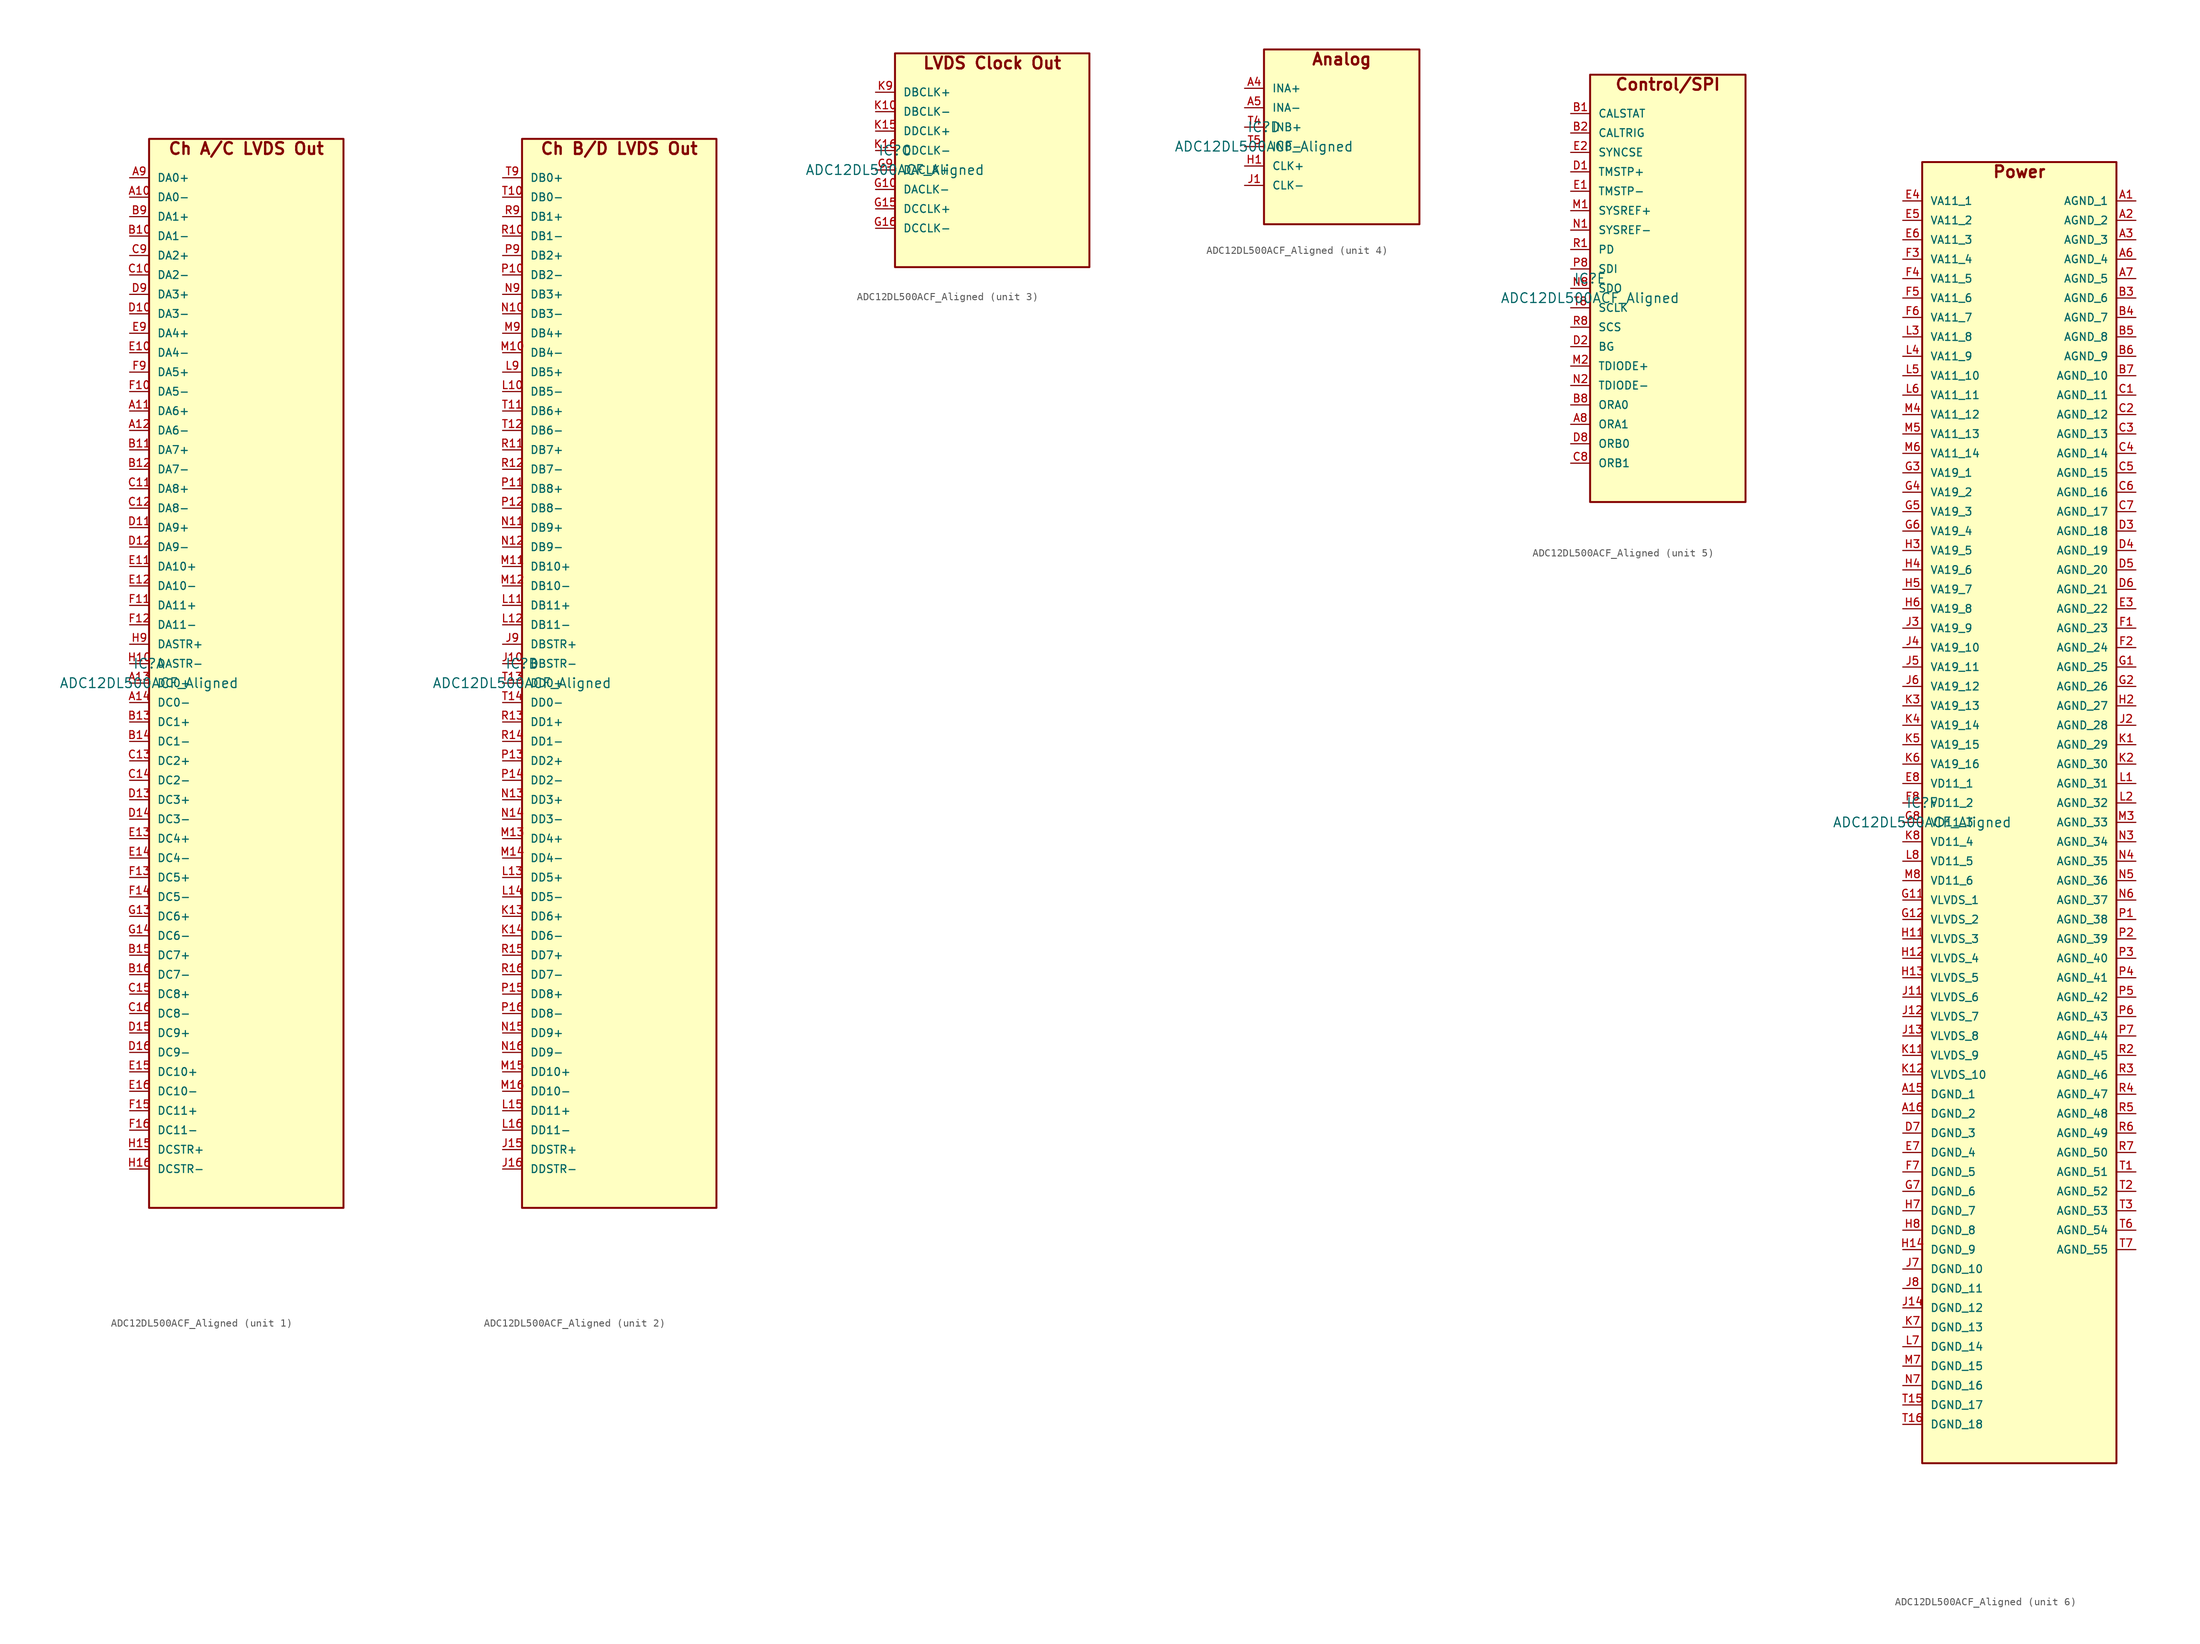
<source format=kicad_sym>
(kicad_symbol_lib
  (version 20231120)
  (generator "kicad_symbol_editor")
  (generator_version "8.0")
  (symbol "ADC12DL500ACF_Aligned"
    (pin_names
      (offset 1.016))
    (property "Reference" "IC"
      (at 0 1.27 0)
      (effects (font (size 1.27 1.27))))
    (property "Value" "ADC12DL500ACF_Aligned"
      (at 0 -1.27 0)
      (effects (font (size 1.27 1.27))))
    (symbol "ADC12DL500ACF_Aligned_1_1"
      (rectangle (start 0 69.85) (end 25.40 -69.85) (stroke (width 0.254) (type default)) (fill (type background)))
      (text "Ch A/C LVDS Out" (at 12.70 68.58 0) (effects (font (size 1.524 1.524) bold)))
      (pin output line (at -2.54 64.77 0) (length 2.54) (name "DA0+" (effects (font (size 1.016 1.016)))) (number "A9" (effects (font (size 1.016 1.016)))))
      (pin output line (at -2.54 62.23 0) (length 2.54) (name "DA0-" (effects (font (size 1.016 1.016)))) (number "A10" (effects (font (size 1.016 1.016)))))
      (pin output line (at -2.54 59.69 0) (length 2.54) (name "DA1+" (effects (font (size 1.016 1.016)))) (number "B9" (effects (font (size 1.016 1.016)))))
      (pin output line (at -2.54 57.15 0) (length 2.54) (name "DA1-" (effects (font (size 1.016 1.016)))) (number "B10" (effects (font (size 1.016 1.016)))))
      (pin output line (at -2.54 54.61 0) (length 2.54) (name "DA2+" (effects (font (size 1.016 1.016)))) (number "C9" (effects (font (size 1.016 1.016)))))
      (pin output line (at -2.54 52.07 0) (length 2.54) (name "DA2-" (effects (font (size 1.016 1.016)))) (number "C10" (effects (font (size 1.016 1.016)))))
      (pin output line (at -2.54 49.53 0) (length 2.54) (name "DA3+" (effects (font (size 1.016 1.016)))) (number "D9" (effects (font (size 1.016 1.016)))))
      (pin output line (at -2.54 46.99 0) (length 2.54) (name "DA3-" (effects (font (size 1.016 1.016)))) (number "D10" (effects (font (size 1.016 1.016)))))
      (pin output line (at -2.54 44.45 0) (length 2.54) (name "DA4+" (effects (font (size 1.016 1.016)))) (number "E9" (effects (font (size 1.016 1.016)))))
      (pin output line (at -2.54 41.91 0) (length 2.54) (name "DA4-" (effects (font (size 1.016 1.016)))) (number "E10" (effects (font (size 1.016 1.016)))))
      (pin output line (at -2.54 39.37 0) (length 2.54) (name "DA5+" (effects (font (size 1.016 1.016)))) (number "F9" (effects (font (size 1.016 1.016)))))
      (pin output line (at -2.54 36.83 0) (length 2.54) (name "DA5-" (effects (font (size 1.016 1.016)))) (number "F10" (effects (font (size 1.016 1.016)))))
      (pin output line (at -2.54 34.29 0) (length 2.54) (name "DA6+" (effects (font (size 1.016 1.016)))) (number "A11" (effects (font (size 1.016 1.016)))))
      (pin output line (at -2.54 31.75 0) (length 2.54) (name "DA6-" (effects (font (size 1.016 1.016)))) (number "A12" (effects (font (size 1.016 1.016)))))
      (pin output line (at -2.54 29.21 0) (length 2.54) (name "DA7+" (effects (font (size 1.016 1.016)))) (number "B11" (effects (font (size 1.016 1.016)))))
      (pin output line (at -2.54 26.67 0) (length 2.54) (name "DA7-" (effects (font (size 1.016 1.016)))) (number "B12" (effects (font (size 1.016 1.016)))))
      (pin output line (at -2.54 24.13 0) (length 2.54) (name "DA8+" (effects (font (size 1.016 1.016)))) (number "C11" (effects (font (size 1.016 1.016)))))
      (pin output line (at -2.54 21.59 0) (length 2.54) (name "DA8-" (effects (font (size 1.016 1.016)))) (number "C12" (effects (font (size 1.016 1.016)))))
      (pin output line (at -2.54 19.05 0) (length 2.54) (name "DA9+" (effects (font (size 1.016 1.016)))) (number "D11" (effects (font (size 1.016 1.016)))))
      (pin output line (at -2.54 16.51 0) (length 2.54) (name "DA9-" (effects (font (size 1.016 1.016)))) (number "D12" (effects (font (size 1.016 1.016)))))
      (pin output line (at -2.54 13.97 0) (length 2.54) (name "DA10+" (effects (font (size 1.016 1.016)))) (number "E11" (effects (font (size 1.016 1.016)))))
      (pin output line (at -2.54 11.43 0) (length 2.54) (name "DA10-" (effects (font (size 1.016 1.016)))) (number "E12" (effects (font (size 1.016 1.016)))))
      (pin output line (at -2.54 8.89 0) (length 2.54) (name "DA11+" (effects (font (size 1.016 1.016)))) (number "F11" (effects (font (size 1.016 1.016)))))
      (pin output line (at -2.54 6.35 0) (length 2.54) (name "DA11-" (effects (font (size 1.016 1.016)))) (number "F12" (effects (font (size 1.016 1.016)))))
      (pin output line (at -2.54 3.81 0) (length 2.54) (name "DASTR+" (effects (font (size 1.016 1.016)))) (number "H9" (effects (font (size 1.016 1.016)))))
      (pin output line (at -2.54 1.27 0) (length 2.54) (name "DASTR-" (effects (font (size 1.016 1.016)))) (number "H10" (effects (font (size 1.016 1.016)))))
      (pin output line (at -2.54 -1.27 0) (length 2.54) (name "DC0+" (effects (font (size 1.016 1.016)))) (number "A13" (effects (font (size 1.016 1.016)))))
      (pin output line (at -2.54 -3.81 0) (length 2.54) (name "DC0-" (effects (font (size 1.016 1.016)))) (number "A14" (effects (font (size 1.016 1.016)))))
      (pin output line (at -2.54 -6.35 0) (length 2.54) (name "DC1+" (effects (font (size 1.016 1.016)))) (number "B13" (effects (font (size 1.016 1.016)))))
      (pin output line (at -2.54 -8.89 0) (length 2.54) (name "DC1-" (effects (font (size 1.016 1.016)))) (number "B14" (effects (font (size 1.016 1.016)))))
      (pin output line (at -2.54 -11.43 0) (length 2.54) (name "DC2+" (effects (font (size 1.016 1.016)))) (number "C13" (effects (font (size 1.016 1.016)))))
      (pin output line (at -2.54 -13.97 0) (length 2.54) (name "DC2-" (effects (font (size 1.016 1.016)))) (number "C14" (effects (font (size 1.016 1.016)))))
      (pin output line (at -2.54 -16.51 0) (length 2.54) (name "DC3+" (effects (font (size 1.016 1.016)))) (number "D13" (effects (font (size 1.016 1.016)))))
      (pin output line (at -2.54 -19.05 0) (length 2.54) (name "DC3-" (effects (font (size 1.016 1.016)))) (number "D14" (effects (font (size 1.016 1.016)))))
      (pin output line (at -2.54 -21.59 0) (length 2.54) (name "DC4+" (effects (font (size 1.016 1.016)))) (number "E13" (effects (font (size 1.016 1.016)))))
      (pin output line (at -2.54 -24.13 0) (length 2.54) (name "DC4-" (effects (font (size 1.016 1.016)))) (number "E14" (effects (font (size 1.016 1.016)))))
      (pin output line (at -2.54 -26.67 0) (length 2.54) (name "DC5+" (effects (font (size 1.016 1.016)))) (number "F13" (effects (font (size 1.016 1.016)))))
      (pin output line (at -2.54 -29.21 0) (length 2.54) (name "DC5-" (effects (font (size 1.016 1.016)))) (number "F14" (effects (font (size 1.016 1.016)))))
      (pin output line (at -2.54 -31.75 0) (length 2.54) (name "DC6+" (effects (font (size 1.016 1.016)))) (number "G13" (effects (font (size 1.016 1.016)))))
      (pin output line (at -2.54 -34.29 0) (length 2.54) (name "DC6-" (effects (font (size 1.016 1.016)))) (number "G14" (effects (font (size 1.016 1.016)))))
      (pin output line (at -2.54 -36.83 0) (length 2.54) (name "DC7+" (effects (font (size 1.016 1.016)))) (number "B15" (effects (font (size 1.016 1.016)))))
      (pin output line (at -2.54 -39.37 0) (length 2.54) (name "DC7-" (effects (font (size 1.016 1.016)))) (number "B16" (effects (font (size 1.016 1.016)))))
      (pin output line (at -2.54 -41.91 0) (length 2.54) (name "DC8+" (effects (font (size 1.016 1.016)))) (number "C15" (effects (font (size 1.016 1.016)))))
      (pin output line (at -2.54 -44.45 0) (length 2.54) (name "DC8-" (effects (font (size 1.016 1.016)))) (number "C16" (effects (font (size 1.016 1.016)))))
      (pin output line (at -2.54 -46.99 0) (length 2.54) (name "DC9+" (effects (font (size 1.016 1.016)))) (number "D15" (effects (font (size 1.016 1.016)))))
      (pin output line (at -2.54 -49.53 0) (length 2.54) (name "DC9-" (effects (font (size 1.016 1.016)))) (number "D16" (effects (font (size 1.016 1.016)))))
      (pin output line (at -2.54 -52.07 0) (length 2.54) (name "DC10+" (effects (font (size 1.016 1.016)))) (number "E15" (effects (font (size 1.016 1.016)))))
      (pin output line (at -2.54 -54.61 0) (length 2.54) (name "DC10-" (effects (font (size 1.016 1.016)))) (number "E16" (effects (font (size 1.016 1.016)))))
      (pin output line (at -2.54 -57.15 0) (length 2.54) (name "DC11+" (effects (font (size 1.016 1.016)))) (number "F15" (effects (font (size 1.016 1.016)))))
      (pin output line (at -2.54 -59.69 0) (length 2.54) (name "DC11-" (effects (font (size 1.016 1.016)))) (number "F16" (effects (font (size 1.016 1.016)))))
      (pin output line (at -2.54 -62.23 0) (length 2.54) (name "DCSTR+" (effects (font (size 1.016 1.016)))) (number "H15" (effects (font (size 1.016 1.016)))))
      (pin output line (at -2.54 -64.77 0) (length 2.54) (name "DCSTR-" (effects (font (size 1.016 1.016)))) (number "H16" (effects (font (size 1.016 1.016))))))
    (symbol "ADC12DL500ACF_Aligned_2_1"
      (rectangle (start 0 69.85) (end 25.40 -69.85) (stroke (width 0.254) (type default)) (fill (type background)))
      (text "Ch B/D LVDS Out" (at 12.70 68.58 0) (effects (font (size 1.524 1.524) bold)))
      (pin output line (at -2.54 64.77 0) (length 2.54) (name "DB0+" (effects (font (size 1.016 1.016)))) (number "T9" (effects (font (size 1.016 1.016)))))
      (pin output line (at -2.54 62.23 0) (length 2.54) (name "DB0-" (effects (font (size 1.016 1.016)))) (number "T10" (effects (font (size 1.016 1.016)))))
      (pin output line (at -2.54 59.69 0) (length 2.54) (name "DB1+" (effects (font (size 1.016 1.016)))) (number "R9" (effects (font (size 1.016 1.016)))))
      (pin output line (at -2.54 57.15 0) (length 2.54) (name "DB1-" (effects (font (size 1.016 1.016)))) (number "R10" (effects (font (size 1.016 1.016)))))
      (pin output line (at -2.54 54.61 0) (length 2.54) (name "DB2+" (effects (font (size 1.016 1.016)))) (number "P9" (effects (font (size 1.016 1.016)))))
      (pin output line (at -2.54 52.07 0) (length 2.54) (name "DB2-" (effects (font (size 1.016 1.016)))) (number "P10" (effects (font (size 1.016 1.016)))))
      (pin output line (at -2.54 49.53 0) (length 2.54) (name "DB3+" (effects (font (size 1.016 1.016)))) (number "N9" (effects (font (size 1.016 1.016)))))
      (pin output line (at -2.54 46.99 0) (length 2.54) (name "DB3-" (effects (font (size 1.016 1.016)))) (number "N10" (effects (font (size 1.016 1.016)))))
      (pin output line (at -2.54 44.45 0) (length 2.54) (name "DB4+" (effects (font (size 1.016 1.016)))) (number "M9" (effects (font (size 1.016 1.016)))))
      (pin output line (at -2.54 41.91 0) (length 2.54) (name "DB4-" (effects (font (size 1.016 1.016)))) (number "M10" (effects (font (size 1.016 1.016)))))
      (pin output line (at -2.54 39.37 0) (length 2.54) (name "DB5+" (effects (font (size 1.016 1.016)))) (number "L9" (effects (font (size 1.016 1.016)))))
      (pin output line (at -2.54 36.83 0) (length 2.54) (name "DB5-" (effects (font (size 1.016 1.016)))) (number "L10" (effects (font (size 1.016 1.016)))))
      (pin output line (at -2.54 34.29 0) (length 2.54) (name "DB6+" (effects (font (size 1.016 1.016)))) (number "T11" (effects (font (size 1.016 1.016)))))
      (pin output line (at -2.54 31.75 0) (length 2.54) (name "DB6-" (effects (font (size 1.016 1.016)))) (number "T12" (effects (font (size 1.016 1.016)))))
      (pin output line (at -2.54 29.21 0) (length 2.54) (name "DB7+" (effects (font (size 1.016 1.016)))) (number "R11" (effects (font (size 1.016 1.016)))))
      (pin output line (at -2.54 26.67 0) (length 2.54) (name "DB7-" (effects (font (size 1.016 1.016)))) (number "R12" (effects (font (size 1.016 1.016)))))
      (pin output line (at -2.54 24.13 0) (length 2.54) (name "DB8+" (effects (font (size 1.016 1.016)))) (number "P11" (effects (font (size 1.016 1.016)))))
      (pin output line (at -2.54 21.59 0) (length 2.54) (name "DB8-" (effects (font (size 1.016 1.016)))) (number "P12" (effects (font (size 1.016 1.016)))))
      (pin output line (at -2.54 19.05 0) (length 2.54) (name "DB9+" (effects (font (size 1.016 1.016)))) (number "N11" (effects (font (size 1.016 1.016)))))
      (pin output line (at -2.54 16.51 0) (length 2.54) (name "DB9-" (effects (font (size 1.016 1.016)))) (number "N12" (effects (font (size 1.016 1.016)))))
      (pin output line (at -2.54 13.97 0) (length 2.54) (name "DB10+" (effects (font (size 1.016 1.016)))) (number "M11" (effects (font (size 1.016 1.016)))))
      (pin output line (at -2.54 11.43 0) (length 2.54) (name "DB10-" (effects (font (size 1.016 1.016)))) (number "M12" (effects (font (size 1.016 1.016)))))
      (pin output line (at -2.54 8.89 0) (length 2.54) (name "DB11+" (effects (font (size 1.016 1.016)))) (number "L11" (effects (font (size 1.016 1.016)))))
      (pin output line (at -2.54 6.35 0) (length 2.54) (name "DB11-" (effects (font (size 1.016 1.016)))) (number "L12" (effects (font (size 1.016 1.016)))))
      (pin output line (at -2.54 3.81 0) (length 2.54) (name "DBSTR+" (effects (font (size 1.016 1.016)))) (number "J9" (effects (font (size 1.016 1.016)))))
      (pin output line (at -2.54 1.27 0) (length 2.54) (name "DBSTR-" (effects (font (size 1.016 1.016)))) (number "J10" (effects (font (size 1.016 1.016)))))
      (pin output line (at -2.54 -1.27 0) (length 2.54) (name "DD0+" (effects (font (size 1.016 1.016)))) (number "T13" (effects (font (size 1.016 1.016)))))
      (pin output line (at -2.54 -3.81 0) (length 2.54) (name "DD0-" (effects (font (size 1.016 1.016)))) (number "T14" (effects (font (size 1.016 1.016)))))
      (pin output line (at -2.54 -6.35 0) (length 2.54) (name "DD1+" (effects (font (size 1.016 1.016)))) (number "R13" (effects (font (size 1.016 1.016)))))
      (pin output line (at -2.54 -8.89 0) (length 2.54) (name "DD1-" (effects (font (size 1.016 1.016)))) (number "R14" (effects (font (size 1.016 1.016)))))
      (pin output line (at -2.54 -11.43 0) (length 2.54) (name "DD2+" (effects (font (size 1.016 1.016)))) (number "P13" (effects (font (size 1.016 1.016)))))
      (pin output line (at -2.54 -13.97 0) (length 2.54) (name "DD2-" (effects (font (size 1.016 1.016)))) (number "P14" (effects (font (size 1.016 1.016)))))
      (pin output line (at -2.54 -16.51 0) (length 2.54) (name "DD3+" (effects (font (size 1.016 1.016)))) (number "N13" (effects (font (size 1.016 1.016)))))
      (pin output line (at -2.54 -19.05 0) (length 2.54) (name "DD3-" (effects (font (size 1.016 1.016)))) (number "N14" (effects (font (size 1.016 1.016)))))
      (pin output line (at -2.54 -21.59 0) (length 2.54) (name "DD4+" (effects (font (size 1.016 1.016)))) (number "M13" (effects (font (size 1.016 1.016)))))
      (pin output line (at -2.54 -24.13 0) (length 2.54) (name "DD4-" (effects (font (size 1.016 1.016)))) (number "M14" (effects (font (size 1.016 1.016)))))
      (pin output line (at -2.54 -26.67 0) (length 2.54) (name "DD5+" (effects (font (size 1.016 1.016)))) (number "L13" (effects (font (size 1.016 1.016)))))
      (pin output line (at -2.54 -29.21 0) (length 2.54) (name "DD5-" (effects (font (size 1.016 1.016)))) (number "L14" (effects (font (size 1.016 1.016)))))
      (pin output line (at -2.54 -31.75 0) (length 2.54) (name "DD6+" (effects (font (size 1.016 1.016)))) (number "K13" (effects (font (size 1.016 1.016)))))
      (pin output line (at -2.54 -34.29 0) (length 2.54) (name "DD6-" (effects (font (size 1.016 1.016)))) (number "K14" (effects (font (size 1.016 1.016)))))
      (pin output line (at -2.54 -36.83 0) (length 2.54) (name "DD7+" (effects (font (size 1.016 1.016)))) (number "R15" (effects (font (size 1.016 1.016)))))
      (pin output line (at -2.54 -39.37 0) (length 2.54) (name "DD7-" (effects (font (size 1.016 1.016)))) (number "R16" (effects (font (size 1.016 1.016)))))
      (pin output line (at -2.54 -41.91 0) (length 2.54) (name "DD8+" (effects (font (size 1.016 1.016)))) (number "P15" (effects (font (size 1.016 1.016)))))
      (pin output line (at -2.54 -44.45 0) (length 2.54) (name "DD8-" (effects (font (size 1.016 1.016)))) (number "P16" (effects (font (size 1.016 1.016)))))
      (pin output line (at -2.54 -46.99 0) (length 2.54) (name "DD9+" (effects (font (size 1.016 1.016)))) (number "N15" (effects (font (size 1.016 1.016)))))
      (pin output line (at -2.54 -49.53 0) (length 2.54) (name "DD9-" (effects (font (size 1.016 1.016)))) (number "N16" (effects (font (size 1.016 1.016)))))
      (pin output line (at -2.54 -52.07 0) (length 2.54) (name "DD10+" (effects (font (size 1.016 1.016)))) (number "M15" (effects (font (size 1.016 1.016)))))
      (pin output line (at -2.54 -54.61 0) (length 2.54) (name "DD10-" (effects (font (size 1.016 1.016)))) (number "M16" (effects (font (size 1.016 1.016)))))
      (pin output line (at -2.54 -57.15 0) (length 2.54) (name "DD11+" (effects (font (size 1.016 1.016)))) (number "L15" (effects (font (size 1.016 1.016)))))
      (pin output line (at -2.54 -59.69 0) (length 2.54) (name "DD11-" (effects (font (size 1.016 1.016)))) (number "L16" (effects (font (size 1.016 1.016)))))
      (pin output line (at -2.54 -62.23 0) (length 2.54) (name "DDSTR+" (effects (font (size 1.016 1.016)))) (number "J15" (effects (font (size 1.016 1.016)))))
      (pin output line (at -2.54 -64.77 0) (length 2.54) (name "DDSTR-" (effects (font (size 1.016 1.016)))) (number "J16" (effects (font (size 1.016 1.016))))))
    (symbol "ADC12DL500ACF_Aligned_3_1"
      (rectangle (start 0 13.97) (end 25.40 -13.97) (stroke (width 0.254) (type default)) (fill (type background)))
      (text "LVDS Clock Out" (at 12.70 12.70 0) (effects (font (size 1.524 1.524) bold)))
      (pin output line (at -2.54 8.89 0) (length 2.54) (name "DBCLK+" (effects (font (size 1.016 1.016)))) (number "K9" (effects (font (size 1.016 1.016)))))
      (pin output line (at -2.54 6.35 0) (length 2.54) (name "DBCLK-" (effects (font (size 1.016 1.016)))) (number "K10" (effects (font (size 1.016 1.016)))))
      (pin output line (at -2.54 3.81 0) (length 2.54) (name "DDCLK+" (effects (font (size 1.016 1.016)))) (number "K15" (effects (font (size 1.016 1.016)))))
      (pin output line (at -2.54 1.27 0) (length 2.54) (name "DDCLK-" (effects (font (size 1.016 1.016)))) (number "K16" (effects (font (size 1.016 1.016)))))
      (pin output line (at -2.54 -1.27 0) (length 2.54) (name "DACLK+" (effects (font (size 1.016 1.016)))) (number "G9" (effects (font (size 1.016 1.016)))))
      (pin output line (at -2.54 -3.81 0) (length 2.54) (name "DACLK-" (effects (font (size 1.016 1.016)))) (number "G10" (effects (font (size 1.016 1.016)))))
      (pin output line (at -2.54 -6.35 0) (length 2.54) (name "DCCLK+" (effects (font (size 1.016 1.016)))) (number "G15" (effects (font (size 1.016 1.016)))))
      (pin output line (at -2.54 -8.89 0) (length 2.54) (name "DCCLK-" (effects (font (size 1.016 1.016)))) (number "G16" (effects (font (size 1.016 1.016))))))
    (symbol "ADC12DL500ACF_Aligned_4_1"
      (rectangle (start 0 11.43) (end 20.32 -11.43) (stroke (width 0.254) (type default)) (fill (type background)))
      (text "Analog" (at 10.16 10.16 0) (effects (font (size 1.524 1.524) bold)))
      (pin input line (at -2.54 6.35 0) (length 2.54) (name "INA+" (effects (font (size 1.016 1.016)))) (number "A4" (effects (font (size 1.016 1.016)))))
      (pin input line (at -2.54 3.81 0) (length 2.54) (name "INA-" (effects (font (size 1.016 1.016)))) (number "A5" (effects (font (size 1.016 1.016)))))
      (pin input line (at -2.54 1.27 0) (length 2.54) (name "INB+" (effects (font (size 1.016 1.016)))) (number "T4" (effects (font (size 1.016 1.016)))))
      (pin input line (at -2.54 -1.27 0) (length 2.54) (name "INB-" (effects (font (size 1.016 1.016)))) (number "T5" (effects (font (size 1.016 1.016)))))
      (pin input line (at -2.54 -3.81 0) (length 2.54) (name "CLK+" (effects (font (size 1.016 1.016)))) (number "H1" (effects (font (size 1.016 1.016)))))
      (pin input line (at -2.54 -6.35 0) (length 2.54) (name "CLK-" (effects (font (size 1.016 1.016)))) (number "J1" (effects (font (size 1.016 1.016))))))
    (symbol "ADC12DL500ACF_Aligned_5_1"
      (rectangle (start 0 27.94) (end 20.32 -27.94) (stroke (width 0.254) (type default)) (fill (type background)))
      (text "Control/SPI" (at 10.16 26.67 0) (effects (font (size 1.524 1.524) bold)))
      (pin output line (at -2.54 22.86 0) (length 2.54) (name "CALSTAT" (effects (font (size 1.016 1.016)))) (number "B1" (effects (font (size 1.016 1.016)))))
      (pin input line (at -2.54 20.32 0) (length 2.54) (name "CALTRIG" (effects (font (size 1.016 1.016)))) (number "B2" (effects (font (size 1.016 1.016)))))
      (pin input line (at -2.54 17.78 0) (length 2.54) (name "SYNCSE" (effects (font (size 1.016 1.016)))) (number "E2" (effects (font (size 1.016 1.016)))))
      (pin input line (at -2.54 15.24 0) (length 2.54) (name "TMSTP+" (effects (font (size 1.016 1.016)))) (number "D1" (effects (font (size 1.016 1.016)))))
      (pin input line (at -2.54 12.70 0) (length 2.54) (name "TMSTP-" (effects (font (size 1.016 1.016)))) (number "E1" (effects (font (size 1.016 1.016)))))
      (pin input line (at -2.54 10.16 0) (length 2.54) (name "SYSREF+" (effects (font (size 1.016 1.016)))) (number "M1" (effects (font (size 1.016 1.016)))))
      (pin input line (at -2.54 7.62 0) (length 2.54) (name "SYSREF-" (effects (font (size 1.016 1.016)))) (number "N1" (effects (font (size 1.016 1.016)))))
      (pin input line (at -2.54 5.08 0) (length 2.54) (name "PD" (effects (font (size 1.016 1.016)))) (number "R1" (effects (font (size 1.016 1.016)))))
      (pin input line (at -2.54 2.54 0) (length 2.54) (name "SDI" (effects (font (size 1.016 1.016)))) (number "P8" (effects (font (size 1.016 1.016)))))
      (pin output line (at -2.54 0.00 0) (length 2.54) (name "SDO" (effects (font (size 1.016 1.016)))) (number "N8" (effects (font (size 1.016 1.016)))))
      (pin input line (at -2.54 -2.54 0) (length 2.54) (name "SCLK" (effects (font (size 1.016 1.016)))) (number "T8" (effects (font (size 1.016 1.016)))))
      (pin input line (at -2.54 -5.08 0) (length 2.54) (name "SCS" (effects (font (size 1.016 1.016)))) (number "R8" (effects (font (size 1.016 1.016)))))
      (pin passive line (at -2.54 -7.62 0) (length 2.54) (name "BG" (effects (font (size 1.016 1.016)))) (number "D2" (effects (font (size 1.016 1.016)))))
      (pin passive line (at -2.54 -10.16 0) (length 2.54) (name "TDIODE+" (effects (font (size 1.016 1.016)))) (number "M2" (effects (font (size 1.016 1.016)))))
      (pin passive line (at -2.54 -12.70 0) (length 2.54) (name "TDIODE-" (effects (font (size 1.016 1.016)))) (number "N2" (effects (font (size 1.016 1.016)))))
      (pin output line (at -2.54 -15.24 0) (length 2.54) (name "ORA0" (effects (font (size 1.016 1.016)))) (number "B8" (effects (font (size 1.016 1.016)))))
      (pin output line (at -2.54 -17.78 0) (length 2.54) (name "ORA1" (effects (font (size 1.016 1.016)))) (number "A8" (effects (font (size 1.016 1.016)))))
      (pin output line (at -2.54 -20.32 0) (length 2.54) (name "ORB0" (effects (font (size 1.016 1.016)))) (number "D8" (effects (font (size 1.016 1.016)))))
      (pin output line (at -2.54 -22.86 0) (length 2.54) (name "ORB1" (effects (font (size 1.016 1.016)))) (number "C8" (effects (font (size 1.016 1.016))))))
    (symbol "ADC12DL500ACF_Aligned_6_1"
      (rectangle (start 0 85.09) (end 25.40 -85.09) (stroke (width 0.254) (type default)) (fill (type background)))
      (text "Power" (at 12.70 83.82 0) (effects (font (size 1.524 1.524) bold)))
      (pin power_in line (at -2.54 80.01 0) (length 2.54) (name "VA11_1" (effects (font (size 1.016 1.016)))) (number "E4" (effects (font (size 1.016 1.016)))))
      (pin power_in line (at -2.54 77.47 0) (length 2.54) (name "VA11_2" (effects (font (size 1.016 1.016)))) (number "E5" (effects (font (size 1.016 1.016)))))
      (pin power_in line (at -2.54 74.93 0) (length 2.54) (name "VA11_3" (effects (font (size 1.016 1.016)))) (number "E6" (effects (font (size 1.016 1.016)))))
      (pin power_in line (at -2.54 72.39 0) (length 2.54) (name "VA11_4" (effects (font (size 1.016 1.016)))) (number "F3" (effects (font (size 1.016 1.016)))))
      (pin power_in line (at -2.54 69.85 0) (length 2.54) (name "VA11_5" (effects (font (size 1.016 1.016)))) (number "F4" (effects (font (size 1.016 1.016)))))
      (pin power_in line (at -2.54 67.31 0) (length 2.54) (name "VA11_6" (effects (font (size 1.016 1.016)))) (number "F5" (effects (font (size 1.016 1.016)))))
      (pin power_in line (at -2.54 64.77 0) (length 2.54) (name "VA11_7" (effects (font (size 1.016 1.016)))) (number "F6" (effects (font (size 1.016 1.016)))))
      (pin power_in line (at -2.54 62.23 0) (length 2.54) (name "VA11_8" (effects (font (size 1.016 1.016)))) (number "L3" (effects (font (size 1.016 1.016)))))
      (pin power_in line (at -2.54 59.69 0) (length 2.54) (name "VA11_9" (effects (font (size 1.016 1.016)))) (number "L4" (effects (font (size 1.016 1.016)))))
      (pin power_in line (at -2.54 57.15 0) (length 2.54) (name "VA11_10" (effects (font (size 1.016 1.016)))) (number "L5" (effects (font (size 1.016 1.016)))))
      (pin power_in line (at -2.54 54.61 0) (length 2.54) (name "VA11_11" (effects (font (size 1.016 1.016)))) (number "L6" (effects (font (size 1.016 1.016)))))
      (pin power_in line (at -2.54 52.07 0) (length 2.54) (name "VA11_12" (effects (font (size 1.016 1.016)))) (number "M4" (effects (font (size 1.016 1.016)))))
      (pin power_in line (at -2.54 49.53 0) (length 2.54) (name "VA11_13" (effects (font (size 1.016 1.016)))) (number "M5" (effects (font (size 1.016 1.016)))))
      (pin power_in line (at -2.54 46.99 0) (length 2.54) (name "VA11_14" (effects (font (size 1.016 1.016)))) (number "M6" (effects (font (size 1.016 1.016)))))
      (pin power_in line (at -2.54 44.45 0) (length 2.54) (name "VA19_1" (effects (font (size 1.016 1.016)))) (number "G3" (effects (font (size 1.016 1.016)))))
      (pin power_in line (at -2.54 41.91 0) (length 2.54) (name "VA19_2" (effects (font (size 1.016 1.016)))) (number "G4" (effects (font (size 1.016 1.016)))))
      (pin power_in line (at -2.54 39.37 0) (length 2.54) (name "VA19_3" (effects (font (size 1.016 1.016)))) (number "G5" (effects (font (size 1.016 1.016)))))
      (pin power_in line (at -2.54 36.83 0) (length 2.54) (name "VA19_4" (effects (font (size 1.016 1.016)))) (number "G6" (effects (font (size 1.016 1.016)))))
      (pin power_in line (at -2.54 34.29 0) (length 2.54) (name "VA19_5" (effects (font (size 1.016 1.016)))) (number "H3" (effects (font (size 1.016 1.016)))))
      (pin power_in line (at -2.54 31.75 0) (length 2.54) (name "VA19_6" (effects (font (size 1.016 1.016)))) (number "H4" (effects (font (size 1.016 1.016)))))
      (pin power_in line (at -2.54 29.21 0) (length 2.54) (name "VA19_7" (effects (font (size 1.016 1.016)))) (number "H5" (effects (font (size 1.016 1.016)))))
      (pin power_in line (at -2.54 26.67 0) (length 2.54) (name "VA19_8" (effects (font (size 1.016 1.016)))) (number "H6" (effects (font (size 1.016 1.016)))))
      (pin power_in line (at -2.54 24.13 0) (length 2.54) (name "VA19_9" (effects (font (size 1.016 1.016)))) (number "J3" (effects (font (size 1.016 1.016)))))
      (pin power_in line (at -2.54 21.59 0) (length 2.54) (name "VA19_10" (effects (font (size 1.016 1.016)))) (number "J4" (effects (font (size 1.016 1.016)))))
      (pin power_in line (at -2.54 19.05 0) (length 2.54) (name "VA19_11" (effects (font (size 1.016 1.016)))) (number "J5" (effects (font (size 1.016 1.016)))))
      (pin power_in line (at -2.54 16.51 0) (length 2.54) (name "VA19_12" (effects (font (size 1.016 1.016)))) (number "J6" (effects (font (size 1.016 1.016)))))
      (pin power_in line (at -2.54 13.97 0) (length 2.54) (name "VA19_13" (effects (font (size 1.016 1.016)))) (number "K3" (effects (font (size 1.016 1.016)))))
      (pin power_in line (at -2.54 11.43 0) (length 2.54) (name "VA19_14" (effects (font (size 1.016 1.016)))) (number "K4" (effects (font (size 1.016 1.016)))))
      (pin power_in line (at -2.54 8.89 0) (length 2.54) (name "VA19_15" (effects (font (size 1.016 1.016)))) (number "K5" (effects (font (size 1.016 1.016)))))
      (pin power_in line (at -2.54 6.35 0) (length 2.54) (name "VA19_16" (effects (font (size 1.016 1.016)))) (number "K6" (effects (font (size 1.016 1.016)))))
      (pin power_in line (at -2.54 3.81 0) (length 2.54) (name "VD11_1" (effects (font (size 1.016 1.016)))) (number "E8" (effects (font (size 1.016 1.016)))))
      (pin power_in line (at -2.54 1.27 0) (length 2.54) (name "VD11_2" (effects (font (size 1.016 1.016)))) (number "F8" (effects (font (size 1.016 1.016)))))
      (pin power_in line (at -2.54 -1.27 0) (length 2.54) (name "VD11_3" (effects (font (size 1.016 1.016)))) (number "G8" (effects (font (size 1.016 1.016)))))
      (pin power_in line (at -2.54 -3.81 0) (length 2.54) (name "VD11_4" (effects (font (size 1.016 1.016)))) (number "K8" (effects (font (size 1.016 1.016)))))
      (pin power_in line (at -2.54 -6.35 0) (length 2.54) (name "VD11_5" (effects (font (size 1.016 1.016)))) (number "L8" (effects (font (size 1.016 1.016)))))
      (pin power_in line (at -2.54 -8.89 0) (length 2.54) (name "VD11_6" (effects (font (size 1.016 1.016)))) (number "M8" (effects (font (size 1.016 1.016)))))
      (pin power_in line (at -2.54 -11.43 0) (length 2.54) (name "VLVDS_1" (effects (font (size 1.016 1.016)))) (number "G11" (effects (font (size 1.016 1.016)))))
      (pin power_in line (at -2.54 -13.97 0) (length 2.54) (name "VLVDS_2" (effects (font (size 1.016 1.016)))) (number "G12" (effects (font (size 1.016 1.016)))))
      (pin power_in line (at -2.54 -16.51 0) (length 2.54) (name "VLVDS_3" (effects (font (size 1.016 1.016)))) (number "H11" (effects (font (size 1.016 1.016)))))
      (pin power_in line (at -2.54 -19.05 0) (length 2.54) (name "VLVDS_4" (effects (font (size 1.016 1.016)))) (number "H12" (effects (font (size 1.016 1.016)))))
      (pin power_in line (at -2.54 -21.59 0) (length 2.54) (name "VLVDS_5" (effects (font (size 1.016 1.016)))) (number "H13" (effects (font (size 1.016 1.016)))))
      (pin power_in line (at -2.54 -24.13 0) (length 2.54) (name "VLVDS_6" (effects (font (size 1.016 1.016)))) (number "J11" (effects (font (size 1.016 1.016)))))
      (pin power_in line (at -2.54 -26.67 0) (length 2.54) (name "VLVDS_7" (effects (font (size 1.016 1.016)))) (number "J12" (effects (font (size 1.016 1.016)))))
      (pin power_in line (at -2.54 -29.21 0) (length 2.54) (name "VLVDS_8" (effects (font (size 1.016 1.016)))) (number "J13" (effects (font (size 1.016 1.016)))))
      (pin power_in line (at -2.54 -31.75 0) (length 2.54) (name "VLVDS_9" (effects (font (size 1.016 1.016)))) (number "K11" (effects (font (size 1.016 1.016)))))
      (pin power_in line (at -2.54 -34.29 0) (length 2.54) (name "VLVDS_10" (effects (font (size 1.016 1.016)))) (number "K12" (effects (font (size 1.016 1.016)))))
      (pin power_in line (at -2.54 -36.83 0) (length 2.54) (name "DGND_1" (effects (font (size 1.016 1.016)))) (number "A15" (effects (font (size 1.016 1.016)))))
      (pin power_in line (at -2.54 -39.37 0) (length 2.54) (name "DGND_2" (effects (font (size 1.016 1.016)))) (number "A16" (effects (font (size 1.016 1.016)))))
      (pin power_in line (at -2.54 -41.91 0) (length 2.54) (name "DGND_3" (effects (font (size 1.016 1.016)))) (number "D7" (effects (font (size 1.016 1.016)))))
      (pin power_in line (at -2.54 -44.45 0) (length 2.54) (name "DGND_4" (effects (font (size 1.016 1.016)))) (number "E7" (effects (font (size 1.016 1.016)))))
      (pin power_in line (at -2.54 -46.99 0) (length 2.54) (name "DGND_5" (effects (font (size 1.016 1.016)))) (number "F7" (effects (font (size 1.016 1.016)))))
      (pin power_in line (at -2.54 -49.53 0) (length 2.54) (name "DGND_6" (effects (font (size 1.016 1.016)))) (number "G7" (effects (font (size 1.016 1.016)))))
      (pin power_in line (at -2.54 -52.07 0) (length 2.54) (name "DGND_7" (effects (font (size 1.016 1.016)))) (number "H7" (effects (font (size 1.016 1.016)))))
      (pin power_in line (at -2.54 -54.61 0) (length 2.54) (name "DGND_8" (effects (font (size 1.016 1.016)))) (number "H8" (effects (font (size 1.016 1.016)))))
      (pin power_in line (at -2.54 -57.15 0) (length 2.54) (name "DGND_9" (effects (font (size 1.016 1.016)))) (number "H14" (effects (font (size 1.016 1.016)))))
      (pin power_in line (at -2.54 -59.69 0) (length 2.54) (name "DGND_10" (effects (font (size 1.016 1.016)))) (number "J7" (effects (font (size 1.016 1.016)))))
      (pin power_in line (at -2.54 -62.23 0) (length 2.54) (name "DGND_11" (effects (font (size 1.016 1.016)))) (number "J8" (effects (font (size 1.016 1.016)))))
      (pin power_in line (at -2.54 -64.77 0) (length 2.54) (name "DGND_12" (effects (font (size 1.016 1.016)))) (number "J14" (effects (font (size 1.016 1.016)))))
      (pin power_in line (at -2.54 -67.31 0) (length 2.54) (name "DGND_13" (effects (font (size 1.016 1.016)))) (number "K7" (effects (font (size 1.016 1.016)))))
      (pin power_in line (at -2.54 -69.85 0) (length 2.54) (name "DGND_14" (effects (font (size 1.016 1.016)))) (number "L7" (effects (font (size 1.016 1.016)))))
      (pin power_in line (at -2.54 -72.39 0) (length 2.54) (name "DGND_15" (effects (font (size 1.016 1.016)))) (number "M7" (effects (font (size 1.016 1.016)))))
      (pin power_in line (at -2.54 -74.93 0) (length 2.54) (name "DGND_16" (effects (font (size 1.016 1.016)))) (number "N7" (effects (font (size 1.016 1.016)))))
      (pin power_in line (at -2.54 -77.47 0) (length 2.54) (name "DGND_17" (effects (font (size 1.016 1.016)))) (number "T15" (effects (font (size 1.016 1.016)))))
      (pin power_in line (at -2.54 -80.01 0) (length 2.54) (name "DGND_18" (effects (font (size 1.016 1.016)))) (number "T16" (effects (font (size 1.016 1.016)))))
      (pin power_in line (at 27.94 80.01 180) (length 2.54) (name "AGND_1" (effects (font (size 1.016 1.016)))) (number "A1" (effects (font (size 1.016 1.016)))))
      (pin power_in line (at 27.94 77.47 180) (length 2.54) (name "AGND_2" (effects (font (size 1.016 1.016)))) (number "A2" (effects (font (size 1.016 1.016)))))
      (pin power_in line (at 27.94 74.93 180) (length 2.54) (name "AGND_3" (effects (font (size 1.016 1.016)))) (number "A3" (effects (font (size 1.016 1.016)))))
      (pin power_in line (at 27.94 72.39 180) (length 2.54) (name "AGND_4" (effects (font (size 1.016 1.016)))) (number "A6" (effects (font (size 1.016 1.016)))))
      (pin power_in line (at 27.94 69.85 180) (length 2.54) (name "AGND_5" (effects (font (size 1.016 1.016)))) (number "A7" (effects (font (size 1.016 1.016)))))
      (pin power_in line (at 27.94 67.31 180) (length 2.54) (name "AGND_6" (effects (font (size 1.016 1.016)))) (number "B3" (effects (font (size 1.016 1.016)))))
      (pin power_in line (at 27.94 64.77 180) (length 2.54) (name "AGND_7" (effects (font (size 1.016 1.016)))) (number "B4" (effects (font (size 1.016 1.016)))))
      (pin power_in line (at 27.94 62.23 180) (length 2.54) (name "AGND_8" (effects (font (size 1.016 1.016)))) (number "B5" (effects (font (size 1.016 1.016)))))
      (pin power_in line (at 27.94 59.69 180) (length 2.54) (name "AGND_9" (effects (font (size 1.016 1.016)))) (number "B6" (effects (font (size 1.016 1.016)))))
      (pin power_in line (at 27.94 57.15 180) (length 2.54) (name "AGND_10" (effects (font (size 1.016 1.016)))) (number "B7" (effects (font (size 1.016 1.016)))))
      (pin power_in line (at 27.94 54.61 180) (length 2.54) (name "AGND_11" (effects (font (size 1.016 1.016)))) (number "C1" (effects (font (size 1.016 1.016)))))
      (pin power_in line (at 27.94 52.07 180) (length 2.54) (name "AGND_12" (effects (font (size 1.016 1.016)))) (number "C2" (effects (font (size 1.016 1.016)))))
      (pin power_in line (at 27.94 49.53 180) (length 2.54) (name "AGND_13" (effects (font (size 1.016 1.016)))) (number "C3" (effects (font (size 1.016 1.016)))))
      (pin power_in line (at 27.94 46.99 180) (length 2.54) (name "AGND_14" (effects (font (size 1.016 1.016)))) (number "C4" (effects (font (size 1.016 1.016)))))
      (pin power_in line (at 27.94 44.45 180) (length 2.54) (name "AGND_15" (effects (font (size 1.016 1.016)))) (number "C5" (effects (font (size 1.016 1.016)))))
      (pin power_in line (at 27.94 41.91 180) (length 2.54) (name "AGND_16" (effects (font (size 1.016 1.016)))) (number "C6" (effects (font (size 1.016 1.016)))))
      (pin power_in line (at 27.94 39.37 180) (length 2.54) (name "AGND_17" (effects (font (size 1.016 1.016)))) (number "C7" (effects (font (size 1.016 1.016)))))
      (pin power_in line (at 27.94 36.83 180) (length 2.54) (name "AGND_18" (effects (font (size 1.016 1.016)))) (number "D3" (effects (font (size 1.016 1.016)))))
      (pin power_in line (at 27.94 34.29 180) (length 2.54) (name "AGND_19" (effects (font (size 1.016 1.016)))) (number "D4" (effects (font (size 1.016 1.016)))))
      (pin power_in line (at 27.94 31.75 180) (length 2.54) (name "AGND_20" (effects (font (size 1.016 1.016)))) (number "D5" (effects (font (size 1.016 1.016)))))
      (pin power_in line (at 27.94 29.21 180) (length 2.54) (name "AGND_21" (effects (font (size 1.016 1.016)))) (number "D6" (effects (font (size 1.016 1.016)))))
      (pin power_in line (at 27.94 26.67 180) (length 2.54) (name "AGND_22" (effects (font (size 1.016 1.016)))) (number "E3" (effects (font (size 1.016 1.016)))))
      (pin power_in line (at 27.94 24.13 180) (length 2.54) (name "AGND_23" (effects (font (size 1.016 1.016)))) (number "F1" (effects (font (size 1.016 1.016)))))
      (pin power_in line (at 27.94 21.59 180) (length 2.54) (name "AGND_24" (effects (font (size 1.016 1.016)))) (number "F2" (effects (font (size 1.016 1.016)))))
      (pin power_in line (at 27.94 19.05 180) (length 2.54) (name "AGND_25" (effects (font (size 1.016 1.016)))) (number "G1" (effects (font (size 1.016 1.016)))))
      (pin power_in line (at 27.94 16.51 180) (length 2.54) (name "AGND_26" (effects (font (size 1.016 1.016)))) (number "G2" (effects (font (size 1.016 1.016)))))
      (pin power_in line (at 27.94 13.97 180) (length 2.54) (name "AGND_27" (effects (font (size 1.016 1.016)))) (number "H2" (effects (font (size 1.016 1.016)))))
      (pin power_in line (at 27.94 11.43 180) (length 2.54) (name "AGND_28" (effects (font (size 1.016 1.016)))) (number "J2" (effects (font (size 1.016 1.016)))))
      (pin power_in line (at 27.94 8.89 180) (length 2.54) (name "AGND_29" (effects (font (size 1.016 1.016)))) (number "K1" (effects (font (size 1.016 1.016)))))
      (pin power_in line (at 27.94 6.35 180) (length 2.54) (name "AGND_30" (effects (font (size 1.016 1.016)))) (number "K2" (effects (font (size 1.016 1.016)))))
      (pin power_in line (at 27.94 3.81 180) (length 2.54) (name "AGND_31" (effects (font (size 1.016 1.016)))) (number "L1" (effects (font (size 1.016 1.016)))))
      (pin power_in line (at 27.94 1.27 180) (length 2.54) (name "AGND_32" (effects (font (size 1.016 1.016)))) (number "L2" (effects (font (size 1.016 1.016)))))
      (pin power_in line (at 27.94 -1.27 180) (length 2.54) (name "AGND_33" (effects (font (size 1.016 1.016)))) (number "M3" (effects (font (size 1.016 1.016)))))
      (pin power_in line (at 27.94 -3.81 180) (length 2.54) (name "AGND_34" (effects (font (size 1.016 1.016)))) (number "N3" (effects (font (size 1.016 1.016)))))
      (pin power_in line (at 27.94 -6.35 180) (length 2.54) (name "AGND_35" (effects (font (size 1.016 1.016)))) (number "N4" (effects (font (size 1.016 1.016)))))
      (pin power_in line (at 27.94 -8.89 180) (length 2.54) (name "AGND_36" (effects (font (size 1.016 1.016)))) (number "N5" (effects (font (size 1.016 1.016)))))
      (pin power_in line (at 27.94 -11.43 180) (length 2.54) (name "AGND_37" (effects (font (size 1.016 1.016)))) (number "N6" (effects (font (size 1.016 1.016)))))
      (pin power_in line (at 27.94 -13.97 180) (length 2.54) (name "AGND_38" (effects (font (size 1.016 1.016)))) (number "P1" (effects (font (size 1.016 1.016)))))
      (pin power_in line (at 27.94 -16.51 180) (length 2.54) (name "AGND_39" (effects (font (size 1.016 1.016)))) (number "P2" (effects (font (size 1.016 1.016)))))
      (pin power_in line (at 27.94 -19.05 180) (length 2.54) (name "AGND_40" (effects (font (size 1.016 1.016)))) (number "P3" (effects (font (size 1.016 1.016)))))
      (pin power_in line (at 27.94 -21.59 180) (length 2.54) (name "AGND_41" (effects (font (size 1.016 1.016)))) (number "P4" (effects (font (size 1.016 1.016)))))
      (pin power_in line (at 27.94 -24.13 180) (length 2.54) (name "AGND_42" (effects (font (size 1.016 1.016)))) (number "P5" (effects (font (size 1.016 1.016)))))
      (pin power_in line (at 27.94 -26.67 180) (length 2.54) (name "AGND_43" (effects (font (size 1.016 1.016)))) (number "P6" (effects (font (size 1.016 1.016)))))
      (pin power_in line (at 27.94 -29.21 180) (length 2.54) (name "AGND_44" (effects (font (size 1.016 1.016)))) (number "P7" (effects (font (size 1.016 1.016)))))
      (pin power_in line (at 27.94 -31.75 180) (length 2.54) (name "AGND_45" (effects (font (size 1.016 1.016)))) (number "R2" (effects (font (size 1.016 1.016)))))
      (pin power_in line (at 27.94 -34.29 180) (length 2.54) (name "AGND_46" (effects (font (size 1.016 1.016)))) (number "R3" (effects (font (size 1.016 1.016)))))
      (pin power_in line (at 27.94 -36.83 180) (length 2.54) (name "AGND_47" (effects (font (size 1.016 1.016)))) (number "R4" (effects (font (size 1.016 1.016)))))
      (pin power_in line (at 27.94 -39.37 180) (length 2.54) (name "AGND_48" (effects (font (size 1.016 1.016)))) (number "R5" (effects (font (size 1.016 1.016)))))
      (pin power_in line (at 27.94 -41.91 180) (length 2.54) (name "AGND_49" (effects (font (size 1.016 1.016)))) (number "R6" (effects (font (size 1.016 1.016)))))
      (pin power_in line (at 27.94 -44.45 180) (length 2.54) (name "AGND_50" (effects (font (size 1.016 1.016)))) (number "R7" (effects (font (size 1.016 1.016)))))
      (pin power_in line (at 27.94 -46.99 180) (length 2.54) (name "AGND_51" (effects (font (size 1.016 1.016)))) (number "T1" (effects (font (size 1.016 1.016)))))
      (pin power_in line (at 27.94 -49.53 180) (length 2.54) (name "AGND_52" (effects (font (size 1.016 1.016)))) (number "T2" (effects (font (size 1.016 1.016)))))
      (pin power_in line (at 27.94 -52.07 180) (length 2.54) (name "AGND_53" (effects (font (size 1.016 1.016)))) (number "T3" (effects (font (size 1.016 1.016)))))
      (pin power_in line (at 27.94 -54.61 180) (length 2.54) (name "AGND_54" (effects (font (size 1.016 1.016)))) (number "T6" (effects (font (size 1.016 1.016)))))
      (pin power_in line (at 27.94 -57.15 180) (length 2.54) (name "AGND_55" (effects (font (size 1.016 1.016)))) (number "T7" (effects (font (size 1.016 1.016))))))))
</source>
